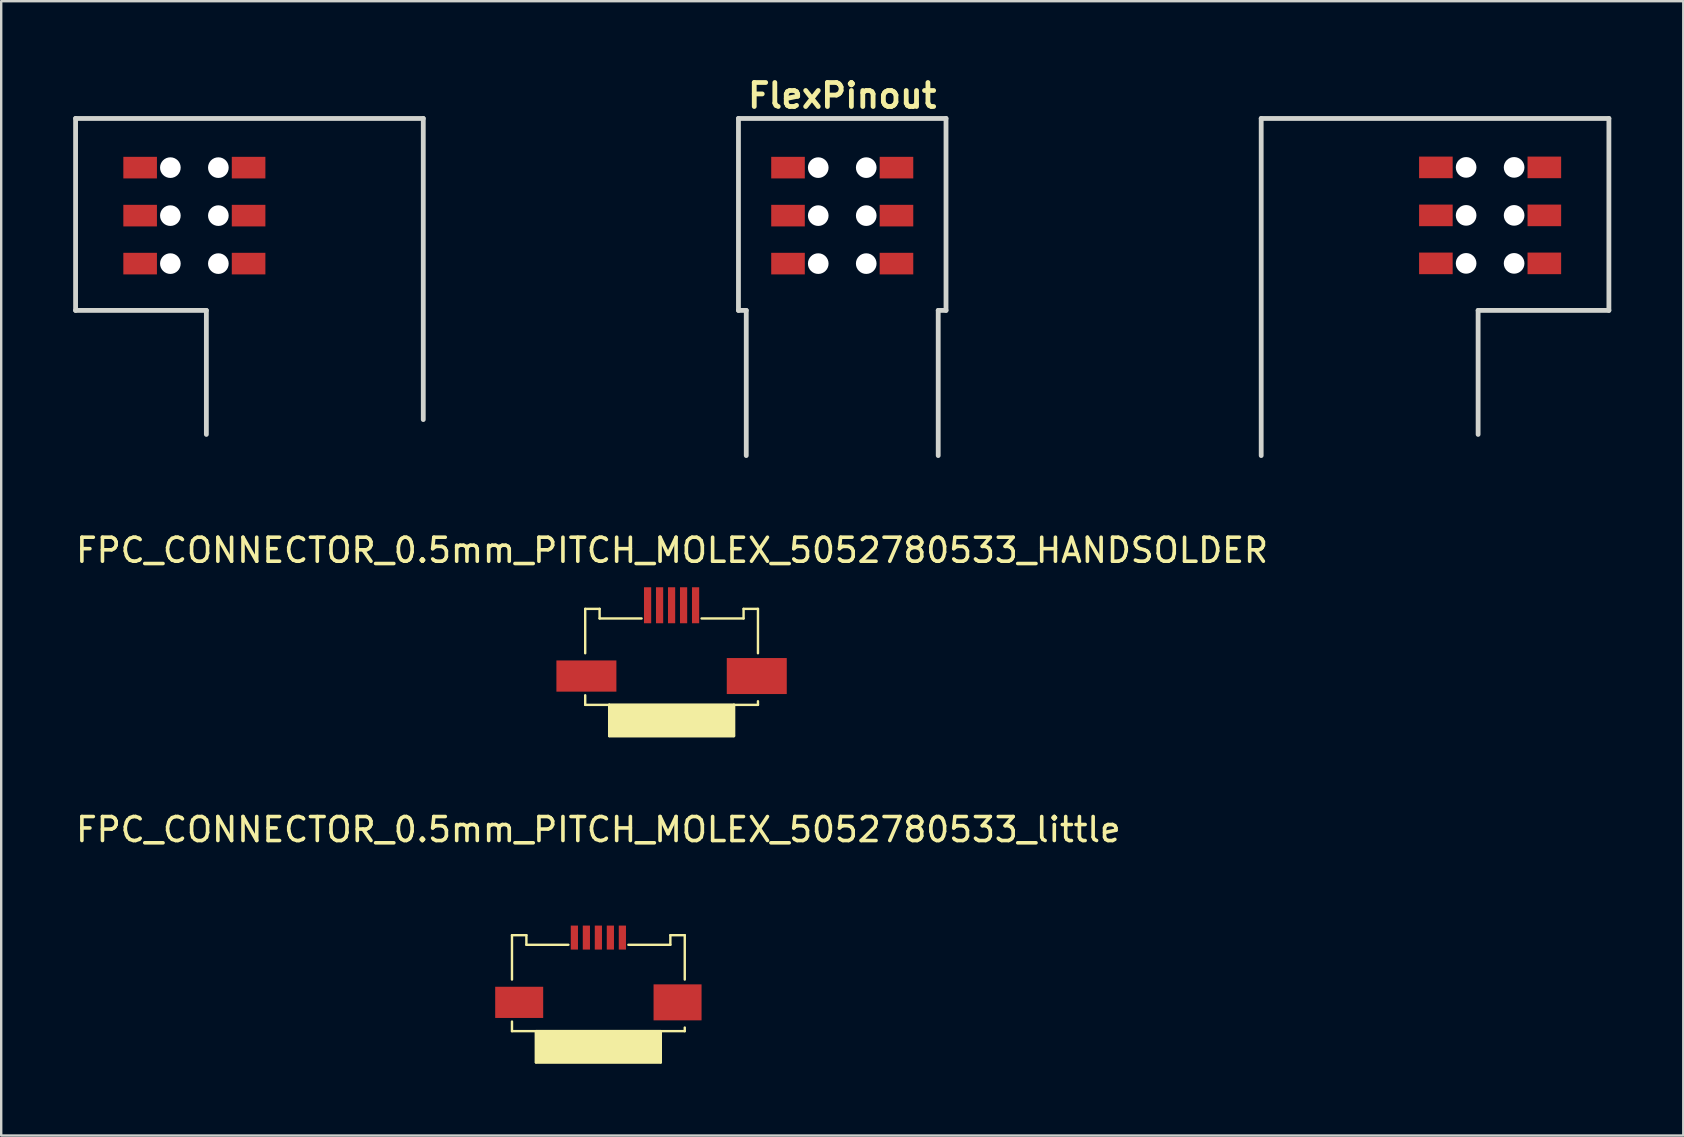
<source format=kicad_pcb>
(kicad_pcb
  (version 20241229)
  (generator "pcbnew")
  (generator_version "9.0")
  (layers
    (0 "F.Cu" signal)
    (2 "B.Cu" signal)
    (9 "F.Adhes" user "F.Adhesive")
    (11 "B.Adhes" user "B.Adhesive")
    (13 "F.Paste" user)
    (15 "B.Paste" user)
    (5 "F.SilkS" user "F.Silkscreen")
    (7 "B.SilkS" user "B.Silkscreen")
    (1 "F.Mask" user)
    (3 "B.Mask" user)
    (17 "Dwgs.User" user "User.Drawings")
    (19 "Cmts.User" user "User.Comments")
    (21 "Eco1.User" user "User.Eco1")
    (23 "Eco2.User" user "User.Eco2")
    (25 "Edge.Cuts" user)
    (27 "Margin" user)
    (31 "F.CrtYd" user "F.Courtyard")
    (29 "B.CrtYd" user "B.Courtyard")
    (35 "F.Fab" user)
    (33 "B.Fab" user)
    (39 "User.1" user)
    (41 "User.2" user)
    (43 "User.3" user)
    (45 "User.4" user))
  (footprint "FPC_CONNECTOR_0.5mm_PITCH_MOLEX_5052780533_HANDSOLDER"
    (layer "F.Cu")
    (at 24.938 22.424)
    (property "Reference" "FPC_CONNECTOR_0.5mm_PITCH_MOLEX_5052780533_HANDSOLDER" (at 0.02 -2.54 0) (layer "F.SilkS") (effects (font (size 1 1) (thickness 0.15))))
    (attr through_hole)
    (fp_line (start -3.6 -0.1) (end -3.6 1.75) (stroke (width 0.1) (type solid)) (layer "F.SilkS"))
    (fp_line (start -3.6 -0.1) (end -3 -0.1) (stroke (width 0.1) (type solid)) (layer "F.SilkS"))
    (fp_line (start -3.6 3.9) (end -3.6 3.5) (stroke (width 0.1) (type solid)) (layer "F.SilkS"))
    (fp_line (start -3 -0.1) (end -3 0.3) (stroke (width 0.1) (type solid)) (layer "F.SilkS"))
    (fp_line (start -3 0.3) (end -1.25 0.3) (stroke (width 0.1) (type solid)) (layer "F.SilkS"))
    (fp_line (start -2.6 3.9) (end -3.6 3.9) (stroke (width 0.1) (type solid)) (layer "F.SilkS"))
    (fp_line (start -2.6 3.9) (end -2.6 5.2) (stroke (width 0.1) (type solid)) (layer "F.SilkS"))
    (fp_line (start -2.6 3.9) (end 2.6 3.9) (stroke (width 0.1) (type solid)) (layer "F.SilkS"))
    (fp_line (start 2.6 5.2) (end -2.6 5.2) (stroke (width 0.1) (type solid)) (layer "F.SilkS"))
    (fp_line (start 2.6 5.2) (end 2.6 3.9) (stroke (width 0.1) (type solid)) (layer "F.SilkS"))
    (fp_line (start 3 0.3) (end 1.25 0.3) (stroke (width 0.1) (type solid)) (layer "F.SilkS"))
    (fp_line (start 3 0.3) (end 3 -0.1) (stroke (width 0.1) (type solid)) (layer "F.SilkS"))
    (fp_line (start 3.6 -0.1) (end 3 -0.1) (stroke (width 0.1) (type solid)) (layer "F.SilkS"))
    (fp_line (start 3.6 -0.1) (end 3.6 1.75) (stroke (width 0.1) (type solid)) (layer "F.SilkS"))
    (fp_line (start 3.6 3.9) (end 2.6 3.9) (stroke (width 0.1) (type solid)) (layer "F.SilkS"))
    (fp_line (start 3.6 3.9) (end 3.6 3.75) (stroke (width 0.1) (type solid)) (layer "F.SilkS"))
    (fp_poly (pts (xy 2.6 5.2) (xy -2.6 5.2) (xy -2.6 3.9) (xy 2.6 3.9)) (stroke (width 0.1) (type solid)) (fill yes) (layer "F.SilkS"))
    (pad "1" smd rect (at -1 -0.25) (size 0.3 1.5) (layers "F.Cu" "F.Mask" "F.Paste"))
    (pad "2" smd rect (at -0.5 -0.25) (size 0.3 1.5) (layers "F.Cu" "F.Mask" "F.Paste"))
    (pad "3" smd rect (at 0 -0.25) (size 0.3 1.5) (layers "F.Cu" "F.Mask" "F.Paste"))
    (pad "4" smd rect (at 0.5 -0.25) (size 0.3 1.5) (layers "F.Cu" "F.Mask" "F.Paste"))
    (pad "5" smd rect (at 1 -0.25) (size 0.3 1.5) (layers "F.Cu" "F.Mask" "F.Paste"))
    (pad "6" smd rect (at -3.55 2.7) (size 2.5 1.3) (layers "F.Cu" "F.Mask" "F.Paste"))
    (pad "6" smd rect (at 3.55 2.7) (size 2.5 1.5) (layers "F.Cu" "F.Mask" "F.Paste")))
  (footprint "FlexPinout"
    (layer "F.Cu")
    (at 32.05 5.936)
    (property "Reference" "FlexPinout" (at 0 -5 0) (layer "F.SilkS") (effects (font (size 1 1) (thickness 0.2))))
    (attr through_hole)
    (fp_line (start -31.95 -4.05) (end -31.95 3.95) (stroke (width 0.2) (type solid)) (layer "Edge.Cuts"))
    (fp_line (start -31.95 3.95) (end -26.5 3.95) (stroke (width 0.2) (type solid)) (layer "Edge.Cuts"))
    (fp_line (start -26.5 3.95) (end -26.5 9.118) (stroke (width 0.2) (type solid)) (layer "Edge.Cuts"))
    (fp_line (start -17.46 -4.05) (end -31.95 -4.05) (stroke (width 0.2) (type solid)) (layer "Edge.Cuts"))
    (fp_line (start -17.46 -4.05) (end -17.46 8.5) (stroke (width 0.2) (type solid)) (layer "Edge.Cuts"))
    (fp_line (start -4.325 -4.05) (end -4.325 3.95) (stroke (width 0.2) (type solid)) (layer "Edge.Cuts"))
    (fp_line (start -4 3.95) (end -4.325 3.95) (stroke (width 0.2) (type solid)) (layer "Edge.Cuts"))
    (fp_line (start -4 3.95) (end -4 10) (stroke (width 0.2) (type solid)) (layer "Edge.Cuts"))
    (fp_line (start 4 10) (end 4 3.95) (stroke (width 0.2) (type solid)) (layer "Edge.Cuts"))
    (fp_line (start 4.325 -4.05) (end -4.325 -4.05) (stroke (width 0.2) (type solid)) (layer "Edge.Cuts"))
    (fp_line (start 4.325 3.95) (end 4 3.95) (stroke (width 0.2) (type solid)) (layer "Edge.Cuts"))
    (fp_line (start 4.325 3.95) (end 4.325 -4.05) (stroke (width 0.2) (type solid)) (layer "Edge.Cuts"))
    (fp_line (start 17.46 -4.05) (end 17.46 10) (stroke (width 0.2) (type solid)) (layer "Edge.Cuts"))
    (fp_line (start 26.5 3.95) (end 26.5 9.118) (stroke (width 0.2) (type solid)) (layer "Edge.Cuts"))
    (fp_line (start 26.5 3.95) (end 31.95 3.95) (stroke (width 0.2) (type solid)) (layer "Edge.Cuts"))
    (fp_line (start 31.95 -4.05) (end 17.46 -4.05) (stroke (width 0.2) (type solid)) (layer "Edge.Cuts"))
    (fp_line (start 31.95 -4.05) (end 31.95 3.95) (stroke (width 0.2) (type solid)) (layer "Edge.Cuts"))
    (pad "" np_thru_hole circle (at -28 -2 270) (size 0.86 0.86) (drill 0.86) (layers "*.Cu" "*.Mask"))
    (pad "" np_thru_hole circle (at -28 0 270) (size 0.86 0.86) (drill 0.86) (layers "*.Cu" "*.Mask"))
    (pad "" np_thru_hole circle (at -28 2 270) (size 0.86 0.86) (drill 0.86) (layers "*.Cu" "*.Mask"))
    (pad "" np_thru_hole circle (at -26 -2 270) (size 0.86 0.86) (drill 0.86) (layers "*.Cu" "*.Mask"))
    (pad "" np_thru_hole circle (at -26 0 270) (size 0.86 0.86) (drill 0.86) (layers "*.Cu" "*.Mask"))
    (pad "" np_thru_hole circle (at -26 2 270) (size 0.86 0.86) (drill 0.86) (layers "*.Cu" "*.Mask"))
    (pad "" np_thru_hole circle (at -1 -2 270) (size 0.86 0.86) (drill 0.86) (layers "*.Cu" "*.Mask"))
    (pad "" np_thru_hole circle (at -1 0 270) (size 0.86 0.86) (drill 0.86) (layers "*.Cu" "*.Mask"))
    (pad "" np_thru_hole circle (at -1 2 270) (size 0.86 0.86) (drill 0.86) (layers "*.Cu" "*.Mask"))
    (pad "" np_thru_hole circle (at 1 -2 270) (size 0.86 0.86) (drill 0.86) (layers "*.Cu" "*.Mask"))
    (pad "" np_thru_hole circle (at 1 0 270) (size 0.86 0.86) (drill 0.86) (layers "*.Cu" "*.Mask"))
    (pad "" np_thru_hole circle (at 1 2 270) (size 0.86 0.86) (drill 0.86) (layers "*.Cu" "*.Mask"))
    (pad "" np_thru_hole circle (at 26 -2.01 270) (size 0.86 0.86) (drill 0.86) (layers "*.Cu" "*.Mask"))
    (pad "" np_thru_hole circle (at 26 -0.01 270) (size 0.86 0.86) (drill 0.86) (layers "*.Cu" "*.Mask"))
    (pad "" np_thru_hole circle (at 26 1.99 270) (size 0.86 0.86) (drill 0.86) (layers "*.Cu" "*.Mask"))
    (pad "" np_thru_hole circle (at 28 -2.01 270) (size 0.86 0.86) (drill 0.86) (layers "*.Cu" "*.Mask"))
    (pad "" np_thru_hole circle (at 28 -0.01 270) (size 0.86 0.86) (drill 0.86) (layers "*.Cu" "*.Mask"))
    (pad "" np_thru_hole circle (at 28 1.99 270) (size 0.86 0.86) (drill 0.86) (layers "*.Cu" "*.Mask"))
    (pad "1" smd rect (at -29.26 2 270) (size 0.9 1.4) (layers "F.Cu" "F.Mask" "F.Paste"))
    (pad "1" smd rect (at -24.74 2 270) (size 0.9 1.4) (layers "F.Cu" "F.Mask" "F.Paste"))
    (pad "2" smd rect (at -29.26 0 270) (size 0.9 1.4) (layers "F.Cu" "F.Mask" "F.Paste"))
    (pad "2" smd rect (at -24.74 0 270) (size 0.9 1.4) (layers "F.Cu" "F.Mask" "F.Paste"))
    (pad "3" smd rect (at -29.26 -2 270) (size 0.9 1.4) (layers "F.Cu" "F.Mask" "F.Paste"))
    (pad "3" smd rect (at -24.74 -2 270) (size 0.9 1.4) (layers "F.Cu" "F.Mask" "F.Paste"))
    (pad "4" smd rect (at -2.26 -2 270) (size 0.9 1.4) (layers "F.Cu" "F.Mask" "F.Paste"))
    (pad "4" smd rect (at 2.26 -2 270) (size 0.9 1.4) (layers "F.Cu" "F.Mask" "F.Paste"))
    (pad "5" smd rect (at -2.26 0 270) (size 0.9 1.4) (layers "F.Cu" "F.Mask" "F.Paste"))
    (pad "5" smd rect (at 2.26 0 270) (size 0.9 1.4) (layers "F.Cu" "F.Mask" "F.Paste"))
    (pad "6" smd rect (at -2.26 2 270) (size 0.9 1.4) (layers "F.Cu" "F.Mask" "F.Paste"))
    (pad "6" smd rect (at 2.26 2 270) (size 0.9 1.4) (layers "F.Cu" "F.Mask" "F.Paste"))
    (pad "7" smd rect (at 24.74 -2.01 270) (size 0.9 1.4) (layers "F.Cu" "F.Mask" "F.Paste"))
    (pad "7" smd rect (at 29.26 -2.01 270) (size 0.9 1.4) (layers "F.Cu" "F.Mask" "F.Paste"))
    (pad "8" smd rect (at 24.74 -0.01 270) (size 0.9 1.4) (layers "F.Cu" "F.Mask" "F.Paste"))
    (pad "8" smd rect (at 29.26 -0.01 270) (size 0.9 1.4) (layers "F.Cu" "F.Mask" "F.Paste"))
    (pad "9" smd rect (at 24.74 1.99 270) (size 0.9 1.4) (layers "F.Cu" "F.Mask" "F.Paste"))
    (pad "9" smd rect (at 29.26 1.99 270) (size 0.9 1.4) (layers "F.Cu" "F.Mask" "F.Paste")))
  (footprint "FPC_CONNECTOR_0.5mm_PITCH_MOLEX_5052780533_little"
    (layer "F.Cu")
    (at 21.887 36.023)
    (property "Reference" "FPC_CONNECTOR_0.5mm_PITCH_MOLEX_5052780533_little" (at 0 -4.5 0) (layer "F.SilkS") (effects (font (size 1 1) (thickness 0.15))))
    (attr through_hole)
    (fp_line (start -3.6 -0.1) (end -3.6 1.75) (stroke (width 0.1) (type solid)) (layer "F.SilkS"))
    (fp_line (start -3.6 -0.1) (end -3 -0.1) (stroke (width 0.1) (type solid)) (layer "F.SilkS"))
    (fp_line (start -3.6 3.9) (end -3.6 3.5) (stroke (width 0.1) (type solid)) (layer "F.SilkS"))
    (fp_line (start -3 -0.1) (end -3 0.3) (stroke (width 0.1) (type solid)) (layer "F.SilkS"))
    (fp_line (start -3 0.3) (end -1.25 0.3) (stroke (width 0.1) (type solid)) (layer "F.SilkS"))
    (fp_line (start -2.6 3.9) (end -3.6 3.9) (stroke (width 0.1) (type solid)) (layer "F.SilkS"))
    (fp_line (start -2.6 3.9) (end -2.6 5.2) (stroke (width 0.1) (type solid)) (layer "F.SilkS"))
    (fp_line (start -2.6 3.9) (end 2.6 3.9) (stroke (width 0.1) (type solid)) (layer "F.SilkS"))
    (fp_line (start 2.6 5.2) (end -2.6 5.2) (stroke (width 0.1) (type solid)) (layer "F.SilkS"))
    (fp_line (start 2.6 5.2) (end 2.6 3.9) (stroke (width 0.1) (type solid)) (layer "F.SilkS"))
    (fp_line (start 3 0.3) (end 1.25 0.3) (stroke (width 0.1) (type solid)) (layer "F.SilkS"))
    (fp_line (start 3 0.3) (end 3 -0.1) (stroke (width 0.1) (type solid)) (layer "F.SilkS"))
    (fp_line (start 3.6 -0.1) (end 3 -0.1) (stroke (width 0.1) (type solid)) (layer "F.SilkS"))
    (fp_line (start 3.6 -0.1) (end 3.6 1.75) (stroke (width 0.1) (type solid)) (layer "F.SilkS"))
    (fp_line (start 3.6 3.9) (end 2.6 3.9) (stroke (width 0.1) (type solid)) (layer "F.SilkS"))
    (fp_line (start 3.6 3.9) (end 3.6 3.75) (stroke (width 0.1) (type solid)) (layer "F.SilkS"))
    (fp_poly (pts (xy 2.6 5.2) (xy -2.6 5.2) (xy -2.6 3.9) (xy 2.6 3.9)) (stroke (width 0.1) (type solid)) (fill yes) (layer "F.SilkS"))
    (pad "1" smd rect (at -1 0) (size 0.3 1) (layers "F.Cu" "F.Mask" "F.Paste"))
    (pad "2" smd rect (at -0.5 0) (size 0.3 1) (layers "F.Cu" "F.Mask" "F.Paste"))
    (pad "3" smd rect (at 0 0) (size 0.3 1) (layers "F.Cu" "F.Mask" "F.Paste"))
    (pad "4" smd rect (at 0.5 0) (size 0.3 1) (layers "F.Cu" "F.Mask" "F.Paste"))
    (pad "5" smd rect (at 1 0) (size 0.3 1) (layers "F.Cu" "F.Mask" "F.Paste"))
    (pad "6" smd rect (at -3.3 2.7) (size 2 1.3) (layers "F.Cu" "F.Mask" "F.Paste"))
    (pad "6" smd rect (at 3.3 2.7) (size 2 1.5) (layers "F.Cu" "F.Mask" "F.Paste")))
  (gr_rect
    (start -3 -3)
    (end 67.1 44.273)
    (stroke (width 0.1) (type default))
    (fill no)
    (layer "Edge.Cuts")))
</source>
